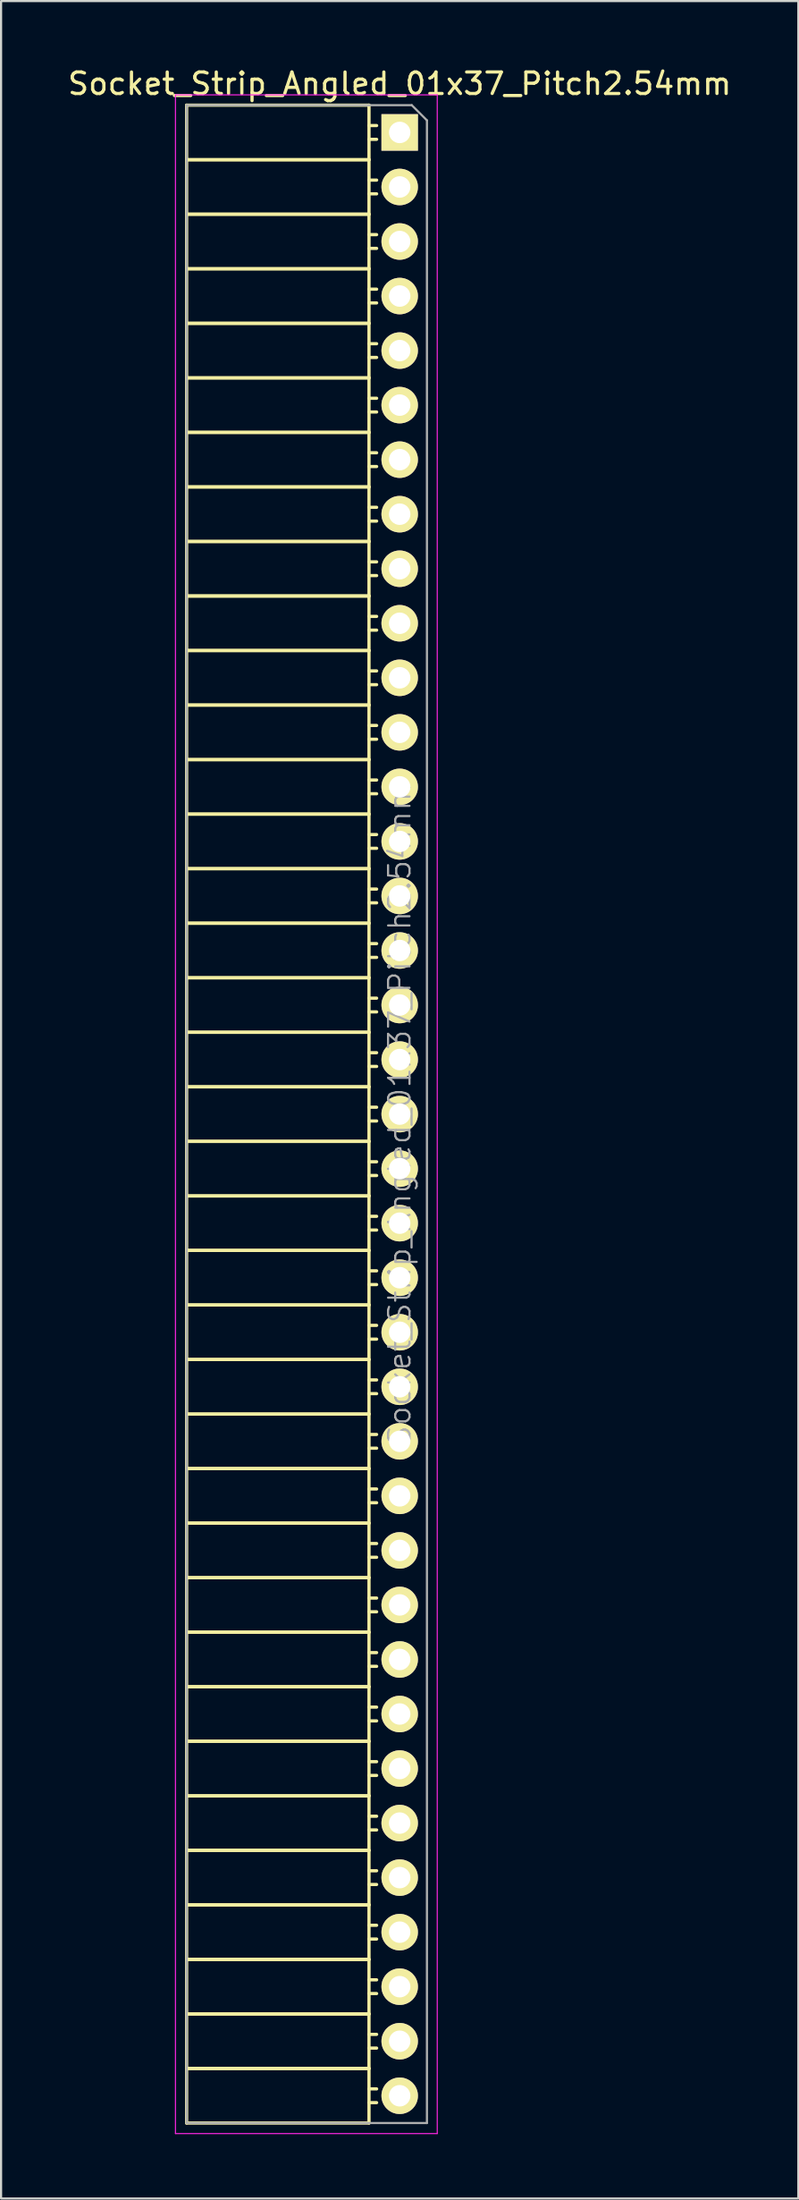
<source format=kicad_pcb>
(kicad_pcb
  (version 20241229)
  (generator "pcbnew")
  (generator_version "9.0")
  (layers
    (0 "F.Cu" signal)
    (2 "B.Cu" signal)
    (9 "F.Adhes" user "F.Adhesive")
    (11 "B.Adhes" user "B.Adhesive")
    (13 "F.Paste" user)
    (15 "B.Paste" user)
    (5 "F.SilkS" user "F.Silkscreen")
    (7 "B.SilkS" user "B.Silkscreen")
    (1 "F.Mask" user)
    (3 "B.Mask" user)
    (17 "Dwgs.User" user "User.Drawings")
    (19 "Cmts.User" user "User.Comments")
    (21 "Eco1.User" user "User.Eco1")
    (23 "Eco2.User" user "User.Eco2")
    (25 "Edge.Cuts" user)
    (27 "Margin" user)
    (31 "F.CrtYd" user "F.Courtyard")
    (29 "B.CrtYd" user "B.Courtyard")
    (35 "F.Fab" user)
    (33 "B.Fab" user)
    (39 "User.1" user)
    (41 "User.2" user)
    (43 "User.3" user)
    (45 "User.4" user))
  (footprint "Socket_Strip_Angled_01x37_Pitch2.54mm"
    (layer "F.Cu")
    (at 15.577 3.118)
    (property "Reference" "Socket_Strip_Angled_01x37_Pitch2.54mm" (at 0 -2.27 0) (layer "F.SilkS") (effects (font (size 1 1) (thickness 0.15))))
    (attr smd)
    (fp_line (start -9.93 -1.27) (end -9.93 1.27) (stroke (width 0.15) (type solid)) (layer "F.SilkS"))
    (fp_line (start -9.93 -1.27) (end -1.43 -1.27) (stroke (width 0.15) (type solid)) (layer "F.SilkS"))
    (fp_line (start -9.93 1.27) (end -9.93 3.81) (stroke (width 0.15) (type solid)) (layer "F.SilkS"))
    (fp_line (start -9.93 1.27) (end -1.43 1.27) (stroke (width 0.15) (type solid)) (layer "F.SilkS"))
    (fp_line (start -9.93 1.27) (end -1.43 1.27) (stroke (width 0.15) (type solid)) (layer "F.SilkS"))
    (fp_line (start -9.93 3.81) (end -9.93 6.35) (stroke (width 0.15) (type solid)) (layer "F.SilkS"))
    (fp_line (start -9.93 3.81) (end -1.43 3.81) (stroke (width 0.15) (type solid)) (layer "F.SilkS"))
    (fp_line (start -9.93 3.81) (end -1.43 3.81) (stroke (width 0.15) (type solid)) (layer "F.SilkS"))
    (fp_line (start -9.93 6.35) (end -9.93 8.89) (stroke (width 0.15) (type solid)) (layer "F.SilkS"))
    (fp_line (start -9.93 6.35) (end -1.43 6.35) (stroke (width 0.15) (type solid)) (layer "F.SilkS"))
    (fp_line (start -9.93 6.35) (end -1.43 6.35) (stroke (width 0.15) (type solid)) (layer "F.SilkS"))
    (fp_line (start -9.93 8.89) (end -9.93 11.43) (stroke (width 0.15) (type solid)) (layer "F.SilkS"))
    (fp_line (start -9.93 8.89) (end -1.43 8.89) (stroke (width 0.15) (type solid)) (layer "F.SilkS"))
    (fp_line (start -9.93 8.89) (end -1.43 8.89) (stroke (width 0.15) (type solid)) (layer "F.SilkS"))
    (fp_line (start -9.93 11.43) (end -9.93 13.97) (stroke (width 0.15) (type solid)) (layer "F.SilkS"))
    (fp_line (start -9.93 11.43) (end -1.43 11.43) (stroke (width 0.15) (type solid)) (layer "F.SilkS"))
    (fp_line (start -9.93 11.43) (end -1.43 11.43) (stroke (width 0.15) (type solid)) (layer "F.SilkS"))
    (fp_line (start -9.93 13.97) (end -9.93 16.51) (stroke (width 0.15) (type solid)) (layer "F.SilkS"))
    (fp_line (start -9.93 13.97) (end -1.43 13.97) (stroke (width 0.15) (type solid)) (layer "F.SilkS"))
    (fp_line (start -9.93 13.97) (end -1.43 13.97) (stroke (width 0.15) (type solid)) (layer "F.SilkS"))
    (fp_line (start -9.93 16.51) (end -9.93 19.05) (stroke (width 0.15) (type solid)) (layer "F.SilkS"))
    (fp_line (start -9.93 16.51) (end -1.43 16.51) (stroke (width 0.15) (type solid)) (layer "F.SilkS"))
    (fp_line (start -9.93 16.51) (end -1.43 16.51) (stroke (width 0.15) (type solid)) (layer "F.SilkS"))
    (fp_line (start -9.93 19.05) (end -9.93 21.59) (stroke (width 0.15) (type solid)) (layer "F.SilkS"))
    (fp_line (start -9.93 19.05) (end -1.43 19.05) (stroke (width 0.15) (type solid)) (layer "F.SilkS"))
    (fp_line (start -9.93 19.05) (end -1.43 19.05) (stroke (width 0.15) (type solid)) (layer "F.SilkS"))
    (fp_line (start -9.93 21.59) (end -9.93 24.13) (stroke (width 0.15) (type solid)) (layer "F.SilkS"))
    (fp_line (start -9.93 21.59) (end -1.43 21.59) (stroke (width 0.15) (type solid)) (layer "F.SilkS"))
    (fp_line (start -9.93 21.59) (end -1.43 21.59) (stroke (width 0.15) (type solid)) (layer "F.SilkS"))
    (fp_line (start -9.93 24.13) (end -9.93 26.67) (stroke (width 0.15) (type solid)) (layer "F.SilkS"))
    (fp_line (start -9.93 24.13) (end -1.43 24.13) (stroke (width 0.15) (type solid)) (layer "F.SilkS"))
    (fp_line (start -9.93 24.13) (end -1.43 24.13) (stroke (width 0.15) (type solid)) (layer "F.SilkS"))
    (fp_line (start -9.93 26.67) (end -9.93 29.21) (stroke (width 0.15) (type solid)) (layer "F.SilkS"))
    (fp_line (start -9.93 26.67) (end -1.43 26.67) (stroke (width 0.15) (type solid)) (layer "F.SilkS"))
    (fp_line (start -9.93 26.67) (end -1.43 26.67) (stroke (width 0.15) (type solid)) (layer "F.SilkS"))
    (fp_line (start -9.93 29.21) (end -9.93 31.75) (stroke (width 0.15) (type solid)) (layer "F.SilkS"))
    (fp_line (start -9.93 29.21) (end -1.43 29.21) (stroke (width 0.15) (type solid)) (layer "F.SilkS"))
    (fp_line (start -9.93 29.21) (end -1.43 29.21) (stroke (width 0.15) (type solid)) (layer "F.SilkS"))
    (fp_line (start -9.93 31.75) (end -9.93 34.29) (stroke (width 0.15) (type solid)) (layer "F.SilkS"))
    (fp_line (start -9.93 31.75) (end -1.43 31.75) (stroke (width 0.15) (type solid)) (layer "F.SilkS"))
    (fp_line (start -9.93 31.75) (end -1.43 31.75) (stroke (width 0.15) (type solid)) (layer "F.SilkS"))
    (fp_line (start -9.93 34.29) (end -9.93 36.83) (stroke (width 0.15) (type solid)) (layer "F.SilkS"))
    (fp_line (start -9.93 34.29) (end -1.43 34.29) (stroke (width 0.15) (type solid)) (layer "F.SilkS"))
    (fp_line (start -9.93 34.29) (end -1.43 34.29) (stroke (width 0.15) (type solid)) (layer "F.SilkS"))
    (fp_line (start -9.93 36.83) (end -9.93 39.37) (stroke (width 0.15) (type solid)) (layer "F.SilkS"))
    (fp_line (start -9.93 36.83) (end -1.43 36.83) (stroke (width 0.15) (type solid)) (layer "F.SilkS"))
    (fp_line (start -9.93 36.83) (end -1.43 36.83) (stroke (width 0.15) (type solid)) (layer "F.SilkS"))
    (fp_line (start -9.93 39.37) (end -9.93 41.91) (stroke (width 0.15) (type solid)) (layer "F.SilkS"))
    (fp_line (start -9.93 39.37) (end -1.43 39.37) (stroke (width 0.15) (type solid)) (layer "F.SilkS"))
    (fp_line (start -9.93 39.37) (end -1.43 39.37) (stroke (width 0.15) (type solid)) (layer "F.SilkS"))
    (fp_line (start -9.93 41.91) (end -9.93 44.45) (stroke (width 0.15) (type solid)) (layer "F.SilkS"))
    (fp_line (start -9.93 41.91) (end -1.43 41.91) (stroke (width 0.15) (type solid)) (layer "F.SilkS"))
    (fp_line (start -9.93 41.91) (end -1.43 41.91) (stroke (width 0.15) (type solid)) (layer "F.SilkS"))
    (fp_line (start -9.93 44.45) (end -9.93 46.99) (stroke (width 0.15) (type solid)) (layer "F.SilkS"))
    (fp_line (start -9.93 44.45) (end -1.43 44.45) (stroke (width 0.15) (type solid)) (layer "F.SilkS"))
    (fp_line (start -9.93 44.45) (end -1.43 44.45) (stroke (width 0.15) (type solid)) (layer "F.SilkS"))
    (fp_line (start -9.93 46.99) (end -9.93 49.53) (stroke (width 0.15) (type solid)) (layer "F.SilkS"))
    (fp_line (start -9.93 46.99) (end -1.43 46.99) (stroke (width 0.15) (type solid)) (layer "F.SilkS"))
    (fp_line (start -9.93 46.99) (end -1.43 46.99) (stroke (width 0.15) (type solid)) (layer "F.SilkS"))
    (fp_line (start -9.93 49.53) (end -9.93 52.07) (stroke (width 0.15) (type solid)) (layer "F.SilkS"))
    (fp_line (start -9.93 49.53) (end -1.43 49.53) (stroke (width 0.15) (type solid)) (layer "F.SilkS"))
    (fp_line (start -9.93 49.53) (end -1.43 49.53) (stroke (width 0.15) (type solid)) (layer "F.SilkS"))
    (fp_line (start -9.93 52.07) (end -9.93 54.61) (stroke (width 0.15) (type solid)) (layer "F.SilkS"))
    (fp_line (start -9.93 52.07) (end -1.43 52.07) (stroke (width 0.15) (type solid)) (layer "F.SilkS"))
    (fp_line (start -9.93 52.07) (end -1.43 52.07) (stroke (width 0.15) (type solid)) (layer "F.SilkS"))
    (fp_line (start -9.93 54.61) (end -9.93 57.15) (stroke (width 0.15) (type solid)) (layer "F.SilkS"))
    (fp_line (start -9.93 54.61) (end -1.43 54.61) (stroke (width 0.15) (type solid)) (layer "F.SilkS"))
    (fp_line (start -9.93 54.61) (end -1.43 54.61) (stroke (width 0.15) (type solid)) (layer "F.SilkS"))
    (fp_line (start -9.93 57.15) (end -9.93 59.69) (stroke (width 0.15) (type solid)) (layer "F.SilkS"))
    (fp_line (start -9.93 57.15) (end -1.43 57.15) (stroke (width 0.15) (type solid)) (layer "F.SilkS"))
    (fp_line (start -9.93 57.15) (end -1.43 57.15) (stroke (width 0.15) (type solid)) (layer "F.SilkS"))
    (fp_line (start -9.93 59.69) (end -9.93 62.23) (stroke (width 0.15) (type solid)) (layer "F.SilkS"))
    (fp_line (start -9.93 59.69) (end -1.43 59.69) (stroke (width 0.15) (type solid)) (layer "F.SilkS"))
    (fp_line (start -9.93 59.69) (end -1.43 59.69) (stroke (width 0.15) (type solid)) (layer "F.SilkS"))
    (fp_line (start -9.93 62.23) (end -9.93 64.77) (stroke (width 0.15) (type solid)) (layer "F.SilkS"))
    (fp_line (start -9.93 62.23) (end -1.43 62.23) (stroke (width 0.15) (type solid)) (layer "F.SilkS"))
    (fp_line (start -9.93 62.23) (end -1.43 62.23) (stroke (width 0.15) (type solid)) (layer "F.SilkS"))
    (fp_line (start -9.93 64.77) (end -9.93 67.31) (stroke (width 0.15) (type solid)) (layer "F.SilkS"))
    (fp_line (start -9.93 64.77) (end -1.43 64.77) (stroke (width 0.15) (type solid)) (layer "F.SilkS"))
    (fp_line (start -9.93 64.77) (end -1.43 64.77) (stroke (width 0.15) (type solid)) (layer "F.SilkS"))
    (fp_line (start -9.93 67.31) (end -9.93 69.85) (stroke (width 0.15) (type solid)) (layer "F.SilkS"))
    (fp_line (start -9.93 67.31) (end -1.43 67.31) (stroke (width 0.15) (type solid)) (layer "F.SilkS"))
    (fp_line (start -9.93 67.31) (end -1.43 67.31) (stroke (width 0.15) (type solid)) (layer "F.SilkS"))
    (fp_line (start -9.93 69.85) (end -9.93 72.39) (stroke (width 0.15) (type solid)) (layer "F.SilkS"))
    (fp_line (start -9.93 69.85) (end -1.43 69.85) (stroke (width 0.15) (type solid)) (layer "F.SilkS"))
    (fp_line (start -9.93 69.85) (end -1.43 69.85) (stroke (width 0.15) (type solid)) (layer "F.SilkS"))
    (fp_line (start -9.93 72.39) (end -9.93 74.93) (stroke (width 0.15) (type solid)) (layer "F.SilkS"))
    (fp_line (start -9.93 72.39) (end -1.43 72.39) (stroke (width 0.15) (type solid)) (layer "F.SilkS"))
    (fp_line (start -9.93 72.39) (end -1.43 72.39) (stroke (width 0.15) (type solid)) (layer "F.SilkS"))
    (fp_line (start -9.93 74.93) (end -9.93 77.47) (stroke (width 0.15) (type solid)) (layer "F.SilkS"))
    (fp_line (start -9.93 74.93) (end -1.43 74.93) (stroke (width 0.15) (type solid)) (layer "F.SilkS"))
    (fp_line (start -9.93 74.93) (end -1.43 74.93) (stroke (width 0.15) (type solid)) (layer "F.SilkS"))
    (fp_line (start -9.93 77.47) (end -9.93 80.01) (stroke (width 0.15) (type solid)) (layer "F.SilkS"))
    (fp_line (start -9.93 77.47) (end -1.43 77.47) (stroke (width 0.15) (type solid)) (layer "F.SilkS"))
    (fp_line (start -9.93 77.47) (end -1.43 77.47) (stroke (width 0.15) (type solid)) (layer "F.SilkS"))
    (fp_line (start -9.93 80.01) (end -9.93 82.55) (stroke (width 0.15) (type solid)) (layer "F.SilkS"))
    (fp_line (start -9.93 80.01) (end -1.43 80.01) (stroke (width 0.15) (type solid)) (layer "F.SilkS"))
    (fp_line (start -9.93 80.01) (end -1.43 80.01) (stroke (width 0.15) (type solid)) (layer "F.SilkS"))
    (fp_line (start -9.93 82.55) (end -9.93 85.09) (stroke (width 0.15) (type solid)) (layer "F.SilkS"))
    (fp_line (start -9.93 82.55) (end -1.43 82.55) (stroke (width 0.15) (type solid)) (layer "F.SilkS"))
    (fp_line (start -9.93 82.55) (end -1.43 82.55) (stroke (width 0.15) (type solid)) (layer "F.SilkS"))
    (fp_line (start -9.93 85.09) (end -9.93 87.63) (stroke (width 0.15) (type solid)) (layer "F.SilkS"))
    (fp_line (start -9.93 85.09) (end -1.43 85.09) (stroke (width 0.15) (type solid)) (layer "F.SilkS"))
    (fp_line (start -9.93 85.09) (end -1.43 85.09) (stroke (width 0.15) (type solid)) (layer "F.SilkS"))
    (fp_line (start -9.93 87.63) (end -9.93 90.17) (stroke (width 0.15) (type solid)) (layer "F.SilkS"))
    (fp_line (start -9.93 87.63) (end -1.43 87.63) (stroke (width 0.15) (type solid)) (layer "F.SilkS"))
    (fp_line (start -9.93 87.63) (end -1.43 87.63) (stroke (width 0.15) (type solid)) (layer "F.SilkS"))
    (fp_line (start -9.93 90.17) (end -9.93 92.71) (stroke (width 0.15) (type solid)) (layer "F.SilkS"))
    (fp_line (start -9.93 90.17) (end -1.43 90.17) (stroke (width 0.15) (type solid)) (layer "F.SilkS"))
    (fp_line (start -9.93 90.17) (end -1.43 90.17) (stroke (width 0.15) (type solid)) (layer "F.SilkS"))
    (fp_line (start -9.93 92.71) (end -1.43 92.71) (stroke (width 0.15) (type solid)) (layer "F.SilkS"))
    (fp_line (start -1.43 -1.27) (end -1.43 1.27) (stroke (width 0.15) (type solid)) (layer "F.SilkS"))
    (fp_line (start -1.43 -0.32) (end -1.075 -0.32) (stroke (width 0.15) (type solid)) (layer "F.SilkS"))
    (fp_line (start -1.43 0.32) (end -1.075 0.32) (stroke (width 0.15) (type solid)) (layer "F.SilkS"))
    (fp_line (start -1.43 1.27) (end -1.43 3.81) (stroke (width 0.15) (type solid)) (layer "F.SilkS"))
    (fp_line (start -1.43 2.22) (end -1.075 2.22) (stroke (width 0.15) (type solid)) (layer "F.SilkS"))
    (fp_line (start -1.43 2.86) (end -1.075 2.86) (stroke (width 0.15) (type solid)) (layer "F.SilkS"))
    (fp_line (start -1.43 3.81) (end -1.43 6.35) (stroke (width 0.15) (type solid)) (layer "F.SilkS"))
    (fp_line (start -1.43 4.76) (end -1.075 4.76) (stroke (width 0.15) (type solid)) (layer "F.SilkS"))
    (fp_line (start -1.43 5.4) (end -1.075 5.4) (stroke (width 0.15) (type solid)) (layer "F.SilkS"))
    (fp_line (start -1.43 6.35) (end -1.43 8.89) (stroke (width 0.15) (type solid)) (layer "F.SilkS"))
    (fp_line (start -1.43 7.3) (end -1.075 7.3) (stroke (width 0.15) (type solid)) (layer "F.SilkS"))
    (fp_line (start -1.43 7.94) (end -1.075 7.94) (stroke (width 0.15) (type solid)) (layer "F.SilkS"))
    (fp_line (start -1.43 8.89) (end -1.43 11.43) (stroke (width 0.15) (type solid)) (layer "F.SilkS"))
    (fp_line (start -1.43 9.84) (end -1.075 9.84) (stroke (width 0.15) (type solid)) (layer "F.SilkS"))
    (fp_line (start -1.43 10.48) (end -1.075 10.48) (stroke (width 0.15) (type solid)) (layer "F.SilkS"))
    (fp_line (start -1.43 11.43) (end -1.43 13.97) (stroke (width 0.15) (type solid)) (layer "F.SilkS"))
    (fp_line (start -1.43 12.38) (end -1.075 12.38) (stroke (width 0.15) (type solid)) (layer "F.SilkS"))
    (fp_line (start -1.43 13.02) (end -1.075 13.02) (stroke (width 0.15) (type solid)) (layer "F.SilkS"))
    (fp_line (start -1.43 13.97) (end -1.43 16.51) (stroke (width 0.15) (type solid)) (layer "F.SilkS"))
    (fp_line (start -1.43 14.92) (end -1.075 14.92) (stroke (width 0.15) (type solid)) (layer "F.SilkS"))
    (fp_line (start -1.43 15.56) (end -1.075 15.56) (stroke (width 0.15) (type solid)) (layer "F.SilkS"))
    (fp_line (start -1.43 16.51) (end -1.43 19.05) (stroke (width 0.15) (type solid)) (layer "F.SilkS"))
    (fp_line (start -1.43 17.46) (end -1.075 17.46) (stroke (width 0.15) (type solid)) (layer "F.SilkS"))
    (fp_line (start -1.43 18.1) (end -1.075 18.1) (stroke (width 0.15) (type solid)) (layer "F.SilkS"))
    (fp_line (start -1.43 19.05) (end -1.43 21.59) (stroke (width 0.15) (type solid)) (layer "F.SilkS"))
    (fp_line (start -1.43 20) (end -1.075 20) (stroke (width 0.15) (type solid)) (layer "F.SilkS"))
    (fp_line (start -1.43 20.64) (end -1.075 20.64) (stroke (width 0.15) (type solid)) (layer "F.SilkS"))
    (fp_line (start -1.43 21.59) (end -1.43 24.13) (stroke (width 0.15) (type solid)) (layer "F.SilkS"))
    (fp_line (start -1.43 22.54) (end -1.075 22.54) (stroke (width 0.15) (type solid)) (layer "F.SilkS"))
    (fp_line (start -1.43 23.18) (end -1.075 23.18) (stroke (width 0.15) (type solid)) (layer "F.SilkS"))
    (fp_line (start -1.43 24.13) (end -1.43 26.67) (stroke (width 0.15) (type solid)) (layer "F.SilkS"))
    (fp_line (start -1.43 25.08) (end -1.075 25.08) (stroke (width 0.15) (type solid)) (layer "F.SilkS"))
    (fp_line (start -1.43 25.72) (end -1.075 25.72) (stroke (width 0.15) (type solid)) (layer "F.SilkS"))
    (fp_line (start -1.43 26.67) (end -1.43 29.21) (stroke (width 0.15) (type solid)) (layer "F.SilkS"))
    (fp_line (start -1.43 27.62) (end -1.075 27.62) (stroke (width 0.15) (type solid)) (layer "F.SilkS"))
    (fp_line (start -1.43 28.26) (end -1.075 28.26) (stroke (width 0.15) (type solid)) (layer "F.SilkS"))
    (fp_line (start -1.43 29.21) (end -1.43 31.75) (stroke (width 0.15) (type solid)) (layer "F.SilkS"))
    (fp_line (start -1.43 30.16) (end -1.075 30.16) (stroke (width 0.15) (type solid)) (layer "F.SilkS"))
    (fp_line (start -1.43 30.8) (end -1.075 30.8) (stroke (width 0.15) (type solid)) (layer "F.SilkS"))
    (fp_line (start -1.43 31.75) (end -1.43 34.29) (stroke (width 0.15) (type solid)) (layer "F.SilkS"))
    (fp_line (start -1.43 32.7) (end -1.075 32.7) (stroke (width 0.15) (type solid)) (layer "F.SilkS"))
    (fp_line (start -1.43 33.34) (end -1.075 33.34) (stroke (width 0.15) (type solid)) (layer "F.SilkS"))
    (fp_line (start -1.43 34.29) (end -1.43 36.83) (stroke (width 0.15) (type solid)) (layer "F.SilkS"))
    (fp_line (start -1.43 35.24) (end -1.075 35.24) (stroke (width 0.15) (type solid)) (layer "F.SilkS"))
    (fp_line (start -1.43 35.88) (end -1.075 35.88) (stroke (width 0.15) (type solid)) (layer "F.SilkS"))
    (fp_line (start -1.43 36.83) (end -1.43 39.37) (stroke (width 0.15) (type solid)) (layer "F.SilkS"))
    (fp_line (start -1.43 37.78) (end -1.075 37.78) (stroke (width 0.15) (type solid)) (layer "F.SilkS"))
    (fp_line (start -1.43 38.42) (end -1.075 38.42) (stroke (width 0.15) (type solid)) (layer "F.SilkS"))
    (fp_line (start -1.43 39.37) (end -1.43 41.91) (stroke (width 0.15) (type solid)) (layer "F.SilkS"))
    (fp_line (start -1.43 40.32) (end -1.075 40.32) (stroke (width 0.15) (type solid)) (layer "F.SilkS"))
    (fp_line (start -1.43 40.96) (end -1.075 40.96) (stroke (width 0.15) (type solid)) (layer "F.SilkS"))
    (fp_line (start -1.43 41.91) (end -1.43 44.45) (stroke (width 0.15) (type solid)) (layer "F.SilkS"))
    (fp_line (start -1.43 42.86) (end -1.075 42.86) (stroke (width 0.15) (type solid)) (layer "F.SilkS"))
    (fp_line (start -1.43 43.5) (end -1.075 43.5) (stroke (width 0.15) (type solid)) (layer "F.SilkS"))
    (fp_line (start -1.43 44.45) (end -1.43 46.99) (stroke (width 0.15) (type solid)) (layer "F.SilkS"))
    (fp_line (start -1.43 45.4) (end -1.075 45.4) (stroke (width 0.15) (type solid)) (layer "F.SilkS"))
    (fp_line (start -1.43 46.04) (end -1.075 46.04) (stroke (width 0.15) (type solid)) (layer "F.SilkS"))
    (fp_line (start -1.43 46.99) (end -1.43 49.53) (stroke (width 0.15) (type solid)) (layer "F.SilkS"))
    (fp_line (start -1.43 47.94) (end -1.075 47.94) (stroke (width 0.15) (type solid)) (layer "F.SilkS"))
    (fp_line (start -1.43 48.58) (end -1.075 48.58) (stroke (width 0.15) (type solid)) (layer "F.SilkS"))
    (fp_line (start -1.43 49.53) (end -1.43 52.07) (stroke (width 0.15) (type solid)) (layer "F.SilkS"))
    (fp_line (start -1.43 50.48) (end -1.075 50.48) (stroke (width 0.15) (type solid)) (layer "F.SilkS"))
    (fp_line (start -1.43 51.12) (end -1.075 51.12) (stroke (width 0.15) (type solid)) (layer "F.SilkS"))
    (fp_line (start -1.43 52.07) (end -1.43 54.61) (stroke (width 0.15) (type solid)) (layer "F.SilkS"))
    (fp_line (start -1.43 53.02) (end -1.075 53.02) (stroke (width 0.15) (type solid)) (layer "F.SilkS"))
    (fp_line (start -1.43 53.66) (end -1.075 53.66) (stroke (width 0.15) (type solid)) (layer "F.SilkS"))
    (fp_line (start -1.43 54.61) (end -1.43 57.15) (stroke (width 0.15) (type solid)) (layer "F.SilkS"))
    (fp_line (start -1.43 55.56) (end -1.075 55.56) (stroke (width 0.15) (type solid)) (layer "F.SilkS"))
    (fp_line (start -1.43 56.2) (end -1.075 56.2) (stroke (width 0.15) (type solid)) (layer "F.SilkS"))
    (fp_line (start -1.43 57.15) (end -1.43 59.69) (stroke (width 0.15) (type solid)) (layer "F.SilkS"))
    (fp_line (start -1.43 58.1) (end -1.075 58.1) (stroke (width 0.15) (type solid)) (layer "F.SilkS"))
    (fp_line (start -1.43 58.74) (end -1.075 58.74) (stroke (width 0.15) (type solid)) (layer "F.SilkS"))
    (fp_line (start -1.43 59.69) (end -1.43 62.23) (stroke (width 0.15) (type solid)) (layer "F.SilkS"))
    (fp_line (start -1.43 60.64) (end -1.075 60.64) (stroke (width 0.15) (type solid)) (layer "F.SilkS"))
    (fp_line (start -1.43 61.28) (end -1.075 61.28) (stroke (width 0.15) (type solid)) (layer "F.SilkS"))
    (fp_line (start -1.43 62.23) (end -1.43 64.77) (stroke (width 0.15) (type solid)) (layer "F.SilkS"))
    (fp_line (start -1.43 63.18) (end -1.075 63.18) (stroke (width 0.15) (type solid)) (layer "F.SilkS"))
    (fp_line (start -1.43 63.82) (end -1.075 63.82) (stroke (width 0.15) (type solid)) (layer "F.SilkS"))
    (fp_line (start -1.43 64.77) (end -1.43 67.31) (stroke (width 0.15) (type solid)) (layer "F.SilkS"))
    (fp_line (start -1.43 65.72) (end -1.075 65.72) (stroke (width 0.15) (type solid)) (layer "F.SilkS"))
    (fp_line (start -1.43 66.36) (end -1.075 66.36) (stroke (width 0.15) (type solid)) (layer "F.SilkS"))
    (fp_line (start -1.43 67.31) (end -1.43 69.85) (stroke (width 0.15) (type solid)) (layer "F.SilkS"))
    (fp_line (start -1.43 68.26) (end -1.075 68.26) (stroke (width 0.15) (type solid)) (layer "F.SilkS"))
    (fp_line (start -1.43 68.9) (end -1.075 68.9) (stroke (width 0.15) (type solid)) (layer "F.SilkS"))
    (fp_line (start -1.43 69.85) (end -1.43 72.39) (stroke (width 0.15) (type solid)) (layer "F.SilkS"))
    (fp_line (start -1.43 70.8) (end -1.075 70.8) (stroke (width 0.15) (type solid)) (layer "F.SilkS"))
    (fp_line (start -1.43 71.44) (end -1.075 71.44) (stroke (width 0.15) (type solid)) (layer "F.SilkS"))
    (fp_line (start -1.43 72.39) (end -1.43 74.93) (stroke (width 0.15) (type solid)) (layer "F.SilkS"))
    (fp_line (start -1.43 73.34) (end -1.075 73.34) (stroke (width 0.15) (type solid)) (layer "F.SilkS"))
    (fp_line (start -1.43 73.98) (end -1.075 73.98) (stroke (width 0.15) (type solid)) (layer "F.SilkS"))
    (fp_line (start -1.43 74.93) (end -1.43 77.47) (stroke (width 0.15) (type solid)) (layer "F.SilkS"))
    (fp_line (start -1.43 75.88) (end -1.075 75.88) (stroke (width 0.15) (type solid)) (layer "F.SilkS"))
    (fp_line (start -1.43 76.52) (end -1.075 76.52) (stroke (width 0.15) (type solid)) (layer "F.SilkS"))
    (fp_line (start -1.43 77.47) (end -1.43 80.01) (stroke (width 0.15) (type solid)) (layer "F.SilkS"))
    (fp_line (start -1.43 78.42) (end -1.075 78.42) (stroke (width 0.15) (type solid)) (layer "F.SilkS"))
    (fp_line (start -1.43 79.06) (end -1.075 79.06) (stroke (width 0.15) (type solid)) (layer "F.SilkS"))
    (fp_line (start -1.43 80.01) (end -1.43 82.55) (stroke (width 0.15) (type solid)) (layer "F.SilkS"))
    (fp_line (start -1.43 80.96) (end -1.075 80.96) (stroke (width 0.15) (type solid)) (layer "F.SilkS"))
    (fp_line (start -1.43 81.6) (end -1.075 81.6) (stroke (width 0.15) (type solid)) (layer "F.SilkS"))
    (fp_line (start -1.43 82.55) (end -1.43 85.09) (stroke (width 0.15) (type solid)) (layer "F.SilkS"))
    (fp_line (start -1.43 83.5) (end -1.075 83.5) (stroke (width 0.15) (type solid)) (layer "F.SilkS"))
    (fp_line (start -1.43 84.14) (end -1.075 84.14) (stroke (width 0.15) (type solid)) (layer "F.SilkS"))
    (fp_line (start -1.43 85.09) (end -1.43 87.63) (stroke (width 0.15) (type solid)) (layer "F.SilkS"))
    (fp_line (start -1.43 86.04) (end -1.075 86.04) (stroke (width 0.15) (type solid)) (layer "F.SilkS"))
    (fp_line (start -1.43 86.68) (end -1.075 86.68) (stroke (width 0.15) (type solid)) (layer "F.SilkS"))
    (fp_line (start -1.43 87.63) (end -1.43 90.17) (stroke (width 0.15) (type solid)) (layer "F.SilkS"))
    (fp_line (start -1.43 88.58) (end -1.075 88.58) (stroke (width 0.15) (type solid)) (layer "F.SilkS"))
    (fp_line (start -1.43 89.22) (end -1.075 89.22) (stroke (width 0.15) (type solid)) (layer "F.SilkS"))
    (fp_line (start -1.43 90.17) (end -1.43 92.71) (stroke (width 0.15) (type solid)) (layer "F.SilkS"))
    (fp_line (start -1.43 91.12) (end -1.075 91.12) (stroke (width 0.15) (type solid)) (layer "F.SilkS"))
    (fp_line (start -1.43 91.76) (end -1.075 91.76) (stroke (width 0.15) (type solid)) (layer "F.SilkS"))
    (fp_line (start -10.45 -1.75) (end 1.75 -1.75) (stroke (width 0.05) (type solid)) (layer "F.CrtYd"))
    (fp_line (start -10.45 93.2) (end -10.45 -1.75) (stroke (width 0.05) (type solid)) (layer "F.CrtYd"))
    (fp_line (start -10.45 93.2) (end 1.75 93.2) (stroke (width 0.05) (type solid)) (layer "F.CrtYd"))
    (fp_line (start 1.75 93.2) (end 1.75 -1.75) (stroke (width 0.05) (type solid)) (layer "F.CrtYd"))
    (fp_line (start -9.93 -1.27) (end 0.563 -1.27) (stroke (width 0.1) (type solid)) (layer "F.Fab"))
    (fp_line (start -9.93 92.71) (end -9.93 -1.27) (stroke (width 0.1) (type solid)) (layer "F.Fab"))
    (fp_line (start -9.93 92.71) (end 1.27 92.71) (stroke (width 0.1) (type solid)) (layer "F.Fab"))
    (fp_line (start 1.27 -0.563) (end 0.563 -1.27) (stroke (width 0.1) (type solid)) (layer "F.Fab"))
    (fp_line (start 1.27 92.71) (end 1.27 -0.563) (stroke (width 0.1) (type solid)) (layer "F.Fab"))
    (fp_text user "${REFERENCE}" (at 0 45.72 90) (layer "F.Fab") (effects (font (size 1 1) (thickness 0.1))))
    (pad "1" thru_hole rect (at 0 0) (size 1.7 1.7) (drill 1) (layers "*.Cu" "*.Mask" "F.SilkS"))
    (pad "2" thru_hole oval (at 0 2.54) (size 1.7 1.7) (drill 1) (layers "*.Cu" "*.Mask" "F.SilkS"))
    (pad "3" thru_hole oval (at 0 5.08) (size 1.7 1.7) (drill 1) (layers "*.Cu" "*.Mask" "F.SilkS"))
    (pad "4" thru_hole oval (at 0 7.62) (size 1.7 1.7) (drill 1) (layers "*.Cu" "*.Mask" "F.SilkS"))
    (pad "5" thru_hole oval (at 0 10.16) (size 1.7 1.7) (drill 1) (layers "*.Cu" "*.Mask" "F.SilkS"))
    (pad "6" thru_hole oval (at 0 12.7) (size 1.7 1.7) (drill 1) (layers "*.Cu" "*.Mask" "F.SilkS"))
    (pad "7" thru_hole oval (at 0 15.24) (size 1.7 1.7) (drill 1) (layers "*.Cu" "*.Mask" "F.SilkS"))
    (pad "8" thru_hole oval (at 0 17.78) (size 1.7 1.7) (drill 1) (layers "*.Cu" "*.Mask" "F.SilkS"))
    (pad "9" thru_hole oval (at 0 20.32) (size 1.7 1.7) (drill 1) (layers "*.Cu" "*.Mask" "F.SilkS"))
    (pad "10" thru_hole oval (at 0 22.86) (size 1.7 1.7) (drill 1) (layers "*.Cu" "*.Mask" "F.SilkS"))
    (pad "11" thru_hole oval (at 0 25.4) (size 1.7 1.7) (drill 1) (layers "*.Cu" "*.Mask" "F.SilkS"))
    (pad "12" thru_hole oval (at 0 27.94) (size 1.7 1.7) (drill 1) (layers "*.Cu" "*.Mask" "F.SilkS"))
    (pad "13" thru_hole oval (at 0 30.48) (size 1.7 1.7) (drill 1) (layers "*.Cu" "*.Mask" "F.SilkS"))
    (pad "14" thru_hole oval (at 0 33.02) (size 1.7 1.7) (drill 1) (layers "*.Cu" "*.Mask" "F.SilkS"))
    (pad "15" thru_hole oval (at 0 35.56) (size 1.7 1.7) (drill 1) (layers "*.Cu" "*.Mask" "F.SilkS"))
    (pad "16" thru_hole oval (at 0 38.1) (size 1.7 1.7) (drill 1) (layers "*.Cu" "*.Mask" "F.SilkS"))
    (pad "17" thru_hole oval (at 0 40.64) (size 1.7 1.7) (drill 1) (layers "*.Cu" "*.Mask" "F.SilkS"))
    (pad "18" thru_hole oval (at 0 43.18) (size 1.7 1.7) (drill 1) (layers "*.Cu" "*.Mask" "F.SilkS"))
    (pad "19" thru_hole oval (at 0 45.72) (size 1.7 1.7) (drill 1) (layers "*.Cu" "*.Mask" "F.SilkS"))
    (pad "20" thru_hole oval (at 0 48.26) (size 1.7 1.7) (drill 1) (layers "*.Cu" "*.Mask" "F.SilkS"))
    (pad "21" thru_hole oval (at 0 50.8) (size 1.7 1.7) (drill 1) (layers "*.Cu" "*.Mask" "F.SilkS"))
    (pad "22" thru_hole oval (at 0 53.34) (size 1.7 1.7) (drill 1) (layers "*.Cu" "*.Mask" "F.SilkS"))
    (pad "23" thru_hole oval (at 0 55.88) (size 1.7 1.7) (drill 1) (layers "*.Cu" "*.Mask" "F.SilkS"))
    (pad "24" thru_hole oval (at 0 58.42) (size 1.7 1.7) (drill 1) (layers "*.Cu" "*.Mask" "F.SilkS"))
    (pad "25" thru_hole oval (at 0 60.96) (size 1.7 1.7) (drill 1) (layers "*.Cu" "*.Mask" "F.SilkS"))
    (pad "26" thru_hole oval (at 0 63.5) (size 1.7 1.7) (drill 1) (layers "*.Cu" "*.Mask" "F.SilkS"))
    (pad "27" thru_hole oval (at 0 66.04) (size 1.7 1.7) (drill 1) (layers "*.Cu" "*.Mask" "F.SilkS"))
    (pad "28" thru_hole oval (at 0 68.58) (size 1.7 1.7) (drill 1) (layers "*.Cu" "*.Mask" "F.SilkS"))
    (pad "29" thru_hole oval (at 0 71.12) (size 1.7 1.7) (drill 1) (layers "*.Cu" "*.Mask" "F.SilkS"))
    (pad "30" thru_hole oval (at 0 73.66) (size 1.7 1.7) (drill 1) (layers "*.Cu" "*.Mask" "F.SilkS"))
    (pad "31" thru_hole oval (at 0 76.2) (size 1.7 1.7) (drill 1) (layers "*.Cu" "*.Mask" "F.SilkS"))
    (pad "32" thru_hole oval (at 0 78.74) (size 1.7 1.7) (drill 1) (layers "*.Cu" "*.Mask" "F.SilkS"))
    (pad "33" thru_hole oval (at 0 81.28) (size 1.7 1.7) (drill 1) (layers "*.Cu" "*.Mask" "F.SilkS"))
    (pad "34" thru_hole oval (at 0 83.82) (size 1.7 1.7) (drill 1) (layers "*.Cu" "*.Mask" "F.SilkS"))
    (pad "35" thru_hole oval (at 0 86.36) (size 1.7 1.7) (drill 1) (layers "*.Cu" "*.Mask" "F.SilkS"))
    (pad "36" thru_hole oval (at 0 88.9) (size 1.7 1.7) (drill 1) (layers "*.Cu" "*.Mask" "F.SilkS"))
    (pad "37" thru_hole oval (at 0 91.44) (size 1.7 1.7) (drill 1) (layers "*.Cu" "*.Mask" "F.SilkS")))
  (gr_rect
    (start -3 -3)
    (end 34.155 99.343)
    (stroke (width 0.1) (type default))
    (fill no)
    (layer "Edge.Cuts")))
</source>
